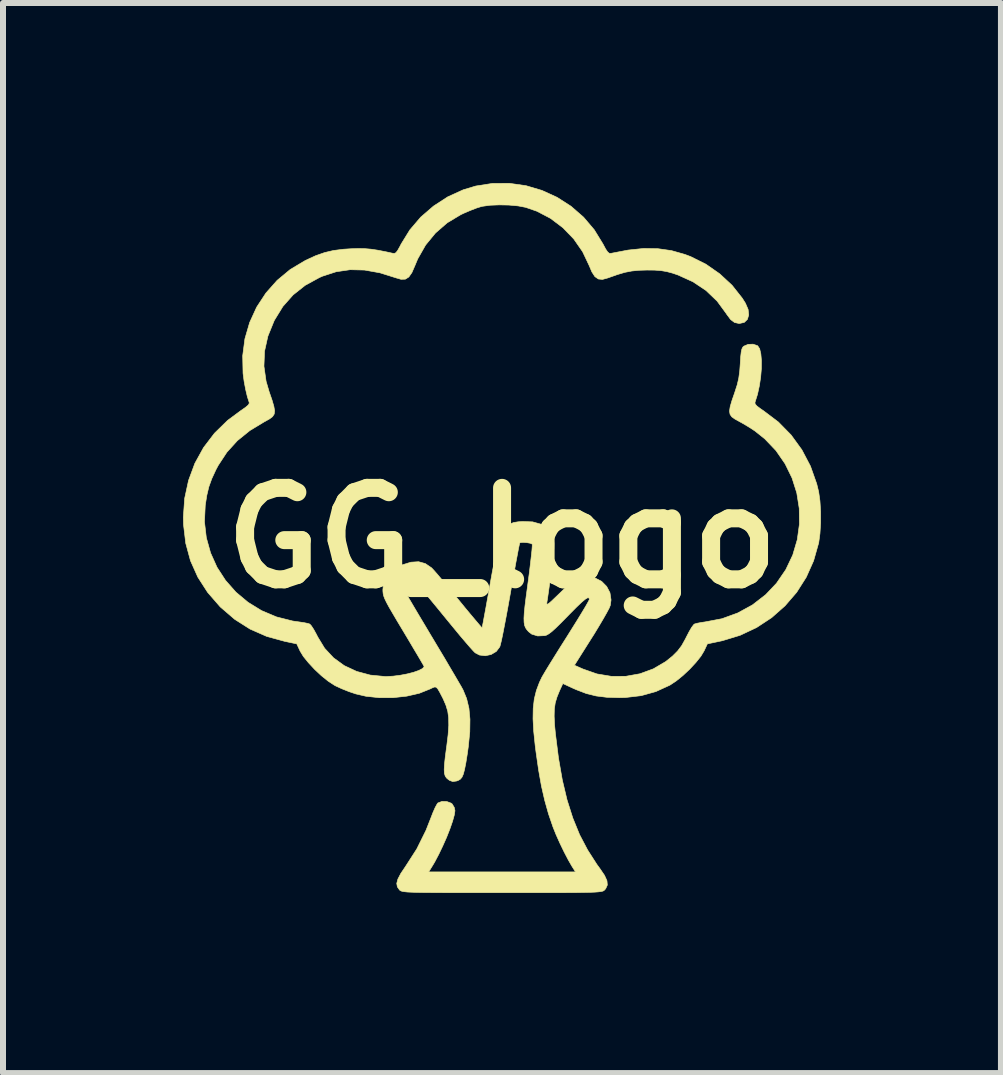
<source format=kicad_pcb>
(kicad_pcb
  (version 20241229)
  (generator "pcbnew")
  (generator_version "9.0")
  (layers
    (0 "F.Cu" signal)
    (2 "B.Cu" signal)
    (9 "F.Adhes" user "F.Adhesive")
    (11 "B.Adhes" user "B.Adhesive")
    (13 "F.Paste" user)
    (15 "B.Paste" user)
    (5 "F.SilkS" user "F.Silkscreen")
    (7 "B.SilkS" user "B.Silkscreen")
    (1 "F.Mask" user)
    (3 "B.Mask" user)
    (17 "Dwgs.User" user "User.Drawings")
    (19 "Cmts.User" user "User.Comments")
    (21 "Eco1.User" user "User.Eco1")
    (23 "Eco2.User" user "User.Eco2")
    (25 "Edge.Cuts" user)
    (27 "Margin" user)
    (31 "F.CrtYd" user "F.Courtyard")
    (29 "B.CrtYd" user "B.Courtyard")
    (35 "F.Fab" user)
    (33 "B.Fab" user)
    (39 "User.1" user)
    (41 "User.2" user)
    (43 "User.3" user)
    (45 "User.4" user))
  (footprint "GG_logo"
    (layer "F.Cu")
    (at 5.316 5.914)
    (property "Reference" "GG_logo" (at 0 0 0) (layer "F.SilkS") (effects (font (size 1.524 1.524) (thickness 0.3))))
    (attr through_hole)
    (fp_poly (pts (xy 0.399 -5.87) (xy 0.665 -5.791) (xy 0.917 -5.676) (xy 1.149 -5.527) (xy 1.358 -5.345) (xy 1.537 -5.134) (xy 1.68 -4.901) (xy 1.726 -4.815) (xy 1.76 -4.765) (xy 1.787 -4.743) (xy 1.813 -4.742) (xy 2.1 -4.797) (xy 2.359 -4.824) (xy 2.597 -4.82) (xy 2.823 -4.788) (xy 3.045 -4.725) (xy 3.143 -4.688) (xy 3.396 -4.562) (xy 3.627 -4.401) (xy 3.832 -4.211) (xy 4.002 -3.996) (xy 4.055 -3.912) (xy 4.1 -3.808) (xy 4.11 -3.716) (xy 4.088 -3.642) (xy 4.036 -3.592) (xy 3.956 -3.574) (xy 3.948 -3.574) (xy 3.874 -3.59) (xy 3.809 -3.639) (xy 3.744 -3.726) (xy 3.736 -3.739) (xy 3.584 -3.946) (xy 3.398 -4.124) (xy 3.18 -4.269) (xy 2.931 -4.382) (xy 2.84 -4.413) (xy 2.742 -4.439) (xy 2.647 -4.455) (xy 2.54 -4.463) (xy 2.413 -4.464) (xy 2.278 -4.46) (xy 2.161 -4.448) (xy 2.047 -4.426) (xy 1.922 -4.389) (xy 1.772 -4.336) (xy 1.761 -4.332) (xy 1.673 -4.308) (xy 1.604 -4.315) (xy 1.547 -4.355) (xy 1.496 -4.434) (xy 1.453 -4.536) (xy 1.342 -4.77) (xy 1.194 -4.983) (xy 1.014 -5.169) (xy 0.808 -5.325) (xy 0.581 -5.444) (xy 0.393 -5.509) (xy 0.267 -5.533) (xy 0.114 -5.547) (xy -0.047 -5.55) (xy -0.201 -5.544) (xy -0.33 -5.526) (xy -0.346 -5.522) (xy -0.424 -5.498) (xy -0.525 -5.459) (xy -0.635 -5.412) (xy -0.69 -5.386) (xy -0.913 -5.252) (xy -1.109 -5.082) (xy -1.274 -4.881) (xy -1.405 -4.651) (xy -1.453 -4.536) (xy -1.503 -4.421) (xy -1.554 -4.348) (xy -1.612 -4.312) (xy -1.684 -4.31) (xy -1.761 -4.332) (xy -2.035 -4.418) (xy -2.291 -4.464) (xy -2.532 -4.47) (xy -2.764 -4.436) (xy -2.992 -4.362) (xy -3.042 -4.34) (xy -3.28 -4.21) (xy -3.482 -4.05) (xy -3.652 -3.858) (xy -3.791 -3.632) (xy -3.8 -3.614) (xy -3.902 -3.363) (xy -3.958 -3.112) (xy -3.968 -2.862) (xy -3.932 -2.61) (xy -3.881 -2.436) (xy -3.833 -2.297) (xy -3.803 -2.194) (xy -3.79 -2.119) (xy -3.797 -2.064) (xy -3.825 -2.021) (xy -3.874 -1.984) (xy -3.947 -1.943) (xy -3.954 -1.94) (xy -4.202 -1.79) (xy -4.411 -1.621) (xy -4.585 -1.429) (xy -4.729 -1.21) (xy -4.767 -1.139) (xy -4.837 -0.988) (xy -4.886 -0.852) (xy -4.92 -0.71) (xy -4.946 -0.543) (xy -4.959 -0.269) (xy -4.928 -0.004) (xy -4.857 0.25) (xy -4.75 0.488) (xy -4.608 0.707) (xy -4.435 0.903) (xy -4.233 1.072) (xy -4.007 1.211) (xy -3.758 1.316) (xy -3.489 1.384) (xy -3.383 1.399) (xy -3.301 1.411) (xy -3.234 1.425) (xy -3.204 1.435) (xy -3.177 1.465) (xy -3.138 1.525) (xy -3.093 1.607) (xy -3.072 1.649) (xy -2.957 1.838) (xy -2.808 1.998) (xy -2.629 2.128) (xy -2.423 2.224) (xy -2.196 2.285) (xy -1.949 2.309) (xy -1.927 2.309) (xy -1.816 2.303) (xy -1.698 2.288) (xy -1.582 2.266) (xy -1.476 2.239) (xy -1.388 2.208) (xy -1.327 2.177) (xy -1.3 2.148) (xy -1.301 2.138) (xy -1.315 2.112) (xy -1.35 2.052) (xy -1.402 1.963) (xy -1.469 1.851) (xy -1.547 1.719) (xy -1.633 1.575) (xy -1.648 1.55) (xy -1.747 1.385) (xy -1.824 1.254) (xy -1.883 1.153) (xy -1.925 1.075) (xy -1.954 1.015) (xy -1.972 0.968) (xy -1.981 0.93) (xy -1.985 0.893) (xy -1.986 0.862) (xy -1.973 0.736) (xy -1.93 0.634) (xy -1.853 0.552) (xy -1.736 0.481) (xy -1.668 0.45) (xy -1.519 0.404) (xy -1.391 0.396) (xy -1.279 0.427) (xy -1.176 0.497) (xy -1.169 0.504) (xy -1.137 0.538) (xy -1.08 0.603) (xy -1.004 0.693) (xy -0.913 0.802) (xy -0.812 0.924) (xy -0.722 1.034) (xy -0.62 1.159) (xy -0.527 1.271) (xy -0.448 1.365) (xy -0.387 1.437) (xy -0.348 1.482) (xy -0.333 1.496) (xy -0.328 1.472) (xy -0.315 1.408) (xy -0.297 1.31) (xy -0.273 1.182) (xy -0.246 1.031) (xy -0.215 0.861) (xy -0.196 0.75) (xy -0.163 0.568) (xy -0.131 0.398) (xy -0.102 0.245) (xy -0.076 0.117) (xy -0.055 0.018) (xy -0.04 -0.044) (xy -0.035 -0.06) (xy 0.003 -0.119) (xy 0.06 -0.181) (xy 0.082 -0.199) (xy 0.137 -0.235) (xy 0.193 -0.257) (xy 0.267 -0.269) (xy 0.34 -0.274) (xy 0.509 -0.268) (xy 0.645 -0.23) (xy 0.748 -0.162) (xy 0.772 -0.136) (xy 0.811 -0.086) (xy 0.839 -0.036) (xy 0.856 0.021) (xy 0.864 0.091) (xy 0.862 0.183) (xy 0.852 0.302) (xy 0.834 0.457) (xy 0.821 0.554) (xy 0.801 0.698) (xy 0.783 0.83) (xy 0.767 0.942) (xy 0.755 1.025) (xy 0.747 1.072) (xy 0.747 1.074) (xy 0.745 1.098) (xy 0.754 1.105) (xy 0.778 1.092) (xy 0.822 1.054) (xy 0.89 0.989) (xy 0.963 0.919) (xy 1.07 0.816) (xy 1.154 0.743) (xy 1.223 0.694) (xy 1.284 0.665) (xy 1.346 0.651) (xy 1.417 0.647) (xy 1.423 0.647) (xy 1.55 0.667) (xy 1.659 0.723) (xy 1.743 0.808) (xy 1.798 0.913) (xy 1.816 1.033) (xy 1.803 1.125) (xy 1.784 1.171) (xy 1.743 1.248) (xy 1.685 1.35) (xy 1.614 1.47) (xy 1.534 1.602) (xy 1.492 1.668) (xy 1.206 2.121) (xy 1.348 2.184) (xy 1.582 2.266) (xy 1.823 2.306) (xy 2.063 2.305) (xy 2.298 2.263) (xy 2.521 2.181) (xy 2.727 2.06) (xy 2.84 1.969) (xy 2.925 1.884) (xy 2.992 1.796) (xy 3.053 1.687) (xy 3.072 1.649) (xy 3.117 1.562) (xy 3.159 1.49) (xy 3.193 1.445) (xy 3.204 1.435) (xy 3.248 1.422) (xy 3.32 1.408) (xy 3.383 1.399) (xy 3.663 1.346) (xy 3.927 1.25) (xy 4.172 1.116) (xy 4.393 0.945) (xy 4.572 0.756) (xy 4.728 0.528) (xy 4.844 0.284) (xy 4.919 0.03) (xy 4.955 -0.23) (xy 4.952 -0.492) (xy 4.911 -0.75) (xy 4.832 -0.999) (xy 4.716 -1.236) (xy 4.564 -1.456) (xy 4.377 -1.652) (xy 4.214 -1.782) (xy 4.129 -1.838) (xy 4.028 -1.899) (xy 3.954 -1.94) (xy 3.88 -1.981) (xy 3.828 -2.018) (xy 3.799 -2.06) (xy 3.79 -2.114) (xy 3.801 -2.187) (xy 3.83 -2.287) (xy 3.877 -2.423) (xy 3.881 -2.436) (xy 3.919 -2.554) (xy 3.944 -2.662) (xy 3.96 -2.779) (xy 3.969 -2.903) (xy 3.976 -3.019) (xy 3.985 -3.098) (xy 3.996 -3.148) (xy 4.011 -3.179) (xy 4.029 -3.196) (xy 4.1 -3.226) (xy 4.182 -3.229) (xy 4.254 -3.205) (xy 4.26 -3.201) (xy 4.292 -3.153) (xy 4.312 -3.068) (xy 4.322 -2.955) (xy 4.321 -2.823) (xy 4.309 -2.679) (xy 4.287 -2.533) (xy 4.256 -2.392) (xy 4.216 -2.265) (xy 4.214 -2.259) (xy 4.217 -2.232) (xy 4.247 -2.198) (xy 4.311 -2.15) (xy 4.357 -2.119) (xy 4.603 -1.933) (xy 4.817 -1.715) (xy 4.996 -1.468) (xy 5.139 -1.196) (xy 5.243 -0.902) (xy 5.276 -0.766) (xy 5.297 -0.616) (xy 5.308 -0.439) (xy 5.308 -0.252) (xy 5.297 -0.073) (xy 5.276 0.082) (xy 5.274 0.088) (xy 5.191 0.381) (xy 5.069 0.654) (xy 4.909 0.906) (xy 4.715 1.131) (xy 4.492 1.328) (xy 4.241 1.493) (xy 3.967 1.622) (xy 3.672 1.712) (xy 3.621 1.723) (xy 3.421 1.765) (xy 3.367 1.881) (xy 3.313 1.971) (xy 3.229 2.076) (xy 3.126 2.187) (xy 3.013 2.293) (xy 2.899 2.385) (xy 2.796 2.453) (xy 2.794 2.454) (xy 2.562 2.56) (xy 2.318 2.628) (xy 2.053 2.659) (xy 1.951 2.661) (xy 1.745 2.655) (xy 1.568 2.633) (xy 1.403 2.592) (xy 1.236 2.528) (xy 1.186 2.506) (xy 1.013 2.426) (xy 0.957 2.548) (xy 0.915 2.651) (xy 0.886 2.748) (xy 0.871 2.851) (xy 0.868 2.971) (xy 0.875 3.117) (xy 0.889 3.26) (xy 0.94 3.667) (xy 1.004 4.034) (xy 1.083 4.366) (xy 1.179 4.668) (xy 1.292 4.945) (xy 1.426 5.2) (xy 1.58 5.44) (xy 1.631 5.51) (xy 1.707 5.622) (xy 1.748 5.712) (xy 1.754 5.784) (xy 1.727 5.844) (xy 1.709 5.865) (xy 1.699 5.874) (xy 1.686 5.882) (xy 1.668 5.888) (xy 1.64 5.893) (xy 1.599 5.898) (xy 1.543 5.902) (xy 1.468 5.905) (xy 1.37 5.907) (xy 1.247 5.909) (xy 1.096 5.91) (xy 0.912 5.911) (xy 0.694 5.911) (xy 0.437 5.911) (xy 0.138 5.911) (xy 0 5.911) (xy -0.317 5.911) (xy -0.591 5.911) (xy -0.825 5.911) (xy -1.023 5.91) (xy -1.188 5.909) (xy -1.322 5.908) (xy -1.43 5.906) (xy -1.514 5.903) (xy -1.578 5.9) (xy -1.624 5.895) (xy -1.657 5.89) (xy -1.679 5.884) (xy -1.694 5.877) (xy -1.705 5.869) (xy -1.709 5.865) (xy -1.745 5.814) (xy -1.755 5.756) (xy -1.736 5.684) (xy -1.688 5.592) (xy -1.61 5.476) (xy -1.421 5.182) (xy -1.268 4.873) (xy -1.19 4.675) (xy -1.152 4.577) (xy -1.115 4.493) (xy -1.084 4.436) (xy -1.069 4.416) (xy -1.001 4.39) (xy -0.921 4.392) (xy -0.849 4.419) (xy -0.831 4.433) (xy -0.796 4.492) (xy -0.785 4.545) (xy -0.796 4.617) (xy -0.825 4.721) (xy -0.869 4.848) (xy -0.924 4.988) (xy -0.988 5.132) (xy -1.055 5.272) (xy -1.122 5.399) (xy -1.154 5.453) (xy -1.223 5.565) (xy 1.224 5.565) (xy 1.162 5.467) (xy 1.103 5.364) (xy 1.034 5.232) (xy 0.964 5.087) (xy 0.9 4.944) (xy 0.849 4.817) (xy 0.848 4.814) (xy 0.774 4.598) (xy 0.711 4.374) (xy 0.656 4.134) (xy 0.609 3.869) (xy 0.566 3.569) (xy 0.552 3.46) (xy 0.527 3.219) (xy 0.516 3.015) (xy 0.519 2.839) (xy 0.537 2.684) (xy 0.572 2.542) (xy 0.623 2.406) (xy 0.664 2.32) (xy 0.689 2.277) (xy 0.734 2.201) (xy 0.797 2.098) (xy 0.874 1.974) (xy 0.962 1.833) (xy 1.057 1.683) (xy 1.083 1.642) (xy 1.176 1.493) (xy 1.261 1.357) (xy 1.334 1.237) (xy 1.393 1.139) (xy 1.433 1.068) (xy 1.453 1.029) (xy 1.455 1.024) (xy 1.448 0.999) (xy 1.426 0.997) (xy 1.386 1.021) (xy 1.325 1.072) (xy 1.241 1.152) (xy 1.129 1.265) (xy 1.092 1.303) (xy 0.98 1.417) (xy 0.893 1.502) (xy 0.828 1.561) (xy 0.777 1.599) (xy 0.737 1.621) (xy 0.709 1.628) (xy 0.593 1.633) (xy 0.495 1.603) (xy 0.443 1.563) (xy 0.413 1.529) (xy 0.391 1.496) (xy 0.375 1.456) (xy 0.367 1.405) (xy 0.365 1.338) (xy 0.37 1.248) (xy 0.382 1.13) (xy 0.401 0.978) (xy 0.427 0.787) (xy 0.432 0.749) (xy 0.454 0.584) (xy 0.472 0.433) (xy 0.487 0.304) (xy 0.498 0.202) (xy 0.503 0.133) (xy 0.503 0.103) (xy 0.503 0.103) (xy 0.469 0.088) (xy 0.413 0.078) (xy 0.352 0.074) (xy 0.307 0.077) (xy 0.294 0.084) (xy 0.288 0.111) (xy 0.274 0.177) (xy 0.255 0.279) (xy 0.23 0.411) (xy 0.202 0.567) (xy 0.17 0.743) (xy 0.138 0.924) (xy 0.104 1.115) (xy 0.071 1.295) (xy 0.04 1.457) (xy 0.013 1.596) (xy -0.01 1.706) (xy -0.028 1.78) (xy -0.038 1.814) (xy -0.096 1.891) (xy -0.182 1.942) (xy -0.28 1.963) (xy -0.377 1.951) (xy -0.448 1.914) (xy -0.478 1.884) (xy -0.533 1.823) (xy -0.608 1.736) (xy -0.7 1.628) (xy -0.803 1.503) (xy -0.914 1.368) (xy -0.945 1.33) (xy -1.056 1.194) (xy -1.159 1.069) (xy -1.249 0.96) (xy -1.323 0.871) (xy -1.378 0.808) (xy -1.408 0.774) (xy -1.412 0.77) (xy -1.452 0.761) (xy -1.508 0.772) (xy -1.567 0.796) (xy -1.613 0.828) (xy -1.631 0.861) (xy -1.63 0.869) (xy -1.615 0.896) (xy -1.58 0.959) (xy -1.525 1.052) (xy -1.455 1.171) (xy -1.372 1.311) (xy -1.278 1.468) (xy -1.177 1.638) (xy -1.157 1.671) (xy -1.053 1.845) (xy -0.954 2.01) (xy -0.865 2.162) (xy -0.787 2.294) (xy -0.724 2.402) (xy -0.678 2.481) (xy -0.653 2.527) (xy -0.651 2.53) (xy -0.591 2.676) (xy -0.552 2.838) (xy -0.535 3.021) (xy -0.538 3.231) (xy -0.562 3.474) (xy -0.579 3.597) (xy -0.603 3.747) (xy -0.625 3.858) (xy -0.646 3.937) (xy -0.669 3.989) (xy -0.698 4.022) (xy -0.734 4.042) (xy -0.757 4.05) (xy -0.821 4.059) (xy -0.873 4.041) (xy -0.896 4.025) (xy -0.927 3.998) (xy -0.948 3.965) (xy -0.961 3.92) (xy -0.964 3.856) (xy -0.959 3.768) (xy -0.946 3.647) (xy -0.925 3.488) (xy -0.922 3.468) (xy -0.899 3.279) (xy -0.888 3.125) (xy -0.89 2.998) (xy -0.905 2.888) (xy -0.936 2.786) (xy -0.981 2.682) (xy -0.993 2.658) (xy -1.04 2.568) (xy -1.073 2.512) (xy -1.1 2.486) (xy -1.128 2.484) (xy -1.167 2.5) (xy -1.199 2.516) (xy -1.379 2.588) (xy -1.588 2.636) (xy -1.813 2.661) (xy -2.044 2.662) (xy -2.267 2.638) (xy -2.436 2.599) (xy -2.552 2.56) (xy -2.672 2.512) (xy -2.774 2.465) (xy -2.794 2.454) (xy -2.898 2.386) (xy -3.011 2.295) (xy -3.124 2.189) (xy -3.227 2.078) (xy -3.312 1.973) (xy -3.367 1.882) (xy -3.367 1.881) (xy -3.421 1.765) (xy -3.621 1.723) (xy -3.923 1.64) (xy -4.2 1.518) (xy -4.455 1.356) (xy -4.691 1.153) (xy -4.7 1.144) (xy -4.906 0.907) (xy -5.07 0.652) (xy -5.192 0.379) (xy -5.271 0.088) (xy -5.308 -0.223) (xy -5.311 -0.344) (xy -5.289 -0.659) (xy -5.224 -0.959) (xy -5.119 -1.243) (xy -4.974 -1.506) (xy -4.792 -1.745) (xy -4.574 -1.958) (xy -4.357 -2.119) (xy -4.275 -2.176) (xy -4.228 -2.216) (xy -4.212 -2.246) (xy -4.214 -2.259) (xy -4.244 -2.353) (xy -4.273 -2.475) (xy -4.298 -2.608) (xy -4.315 -2.736) (xy -4.316 -2.745) (xy -4.322 -3.036) (xy -4.285 -3.319) (xy -4.206 -3.59) (xy -4.089 -3.846) (xy -3.935 -4.081) (xy -3.748 -4.292) (xy -3.529 -4.474) (xy -3.281 -4.622) (xy -3.271 -4.627) (xy -3.106 -4.703) (xy -2.958 -4.755) (xy -2.809 -4.79) (xy -2.644 -4.811) (xy -2.517 -4.819) (xy -2.395 -4.823) (xy -2.289 -4.821) (xy -2.185 -4.812) (xy -2.071 -4.795) (xy -1.933 -4.768) (xy -1.824 -4.744) (xy -1.794 -4.741) (xy -1.768 -4.754) (xy -1.74 -4.79) (xy -1.703 -4.856) (xy -1.68 -4.901) (xy -1.536 -5.134) (xy -1.355 -5.346) (xy -1.142 -5.53) (xy -0.905 -5.684) (xy -0.648 -5.801) (xy -0.439 -5.864) (xy -0.158 -5.908) (xy 0.123 -5.909) (xy 0.399 -5.87)) (stroke (width 0.01) (type solid)) (fill yes) (layer "F.SilkS")))
  (gr_rect
    (start -3 -3)
    (end 13.629 14.831)
    (stroke (width 0.1) (type default))
    (fill no)
    (layer "Edge.Cuts")))
</source>
